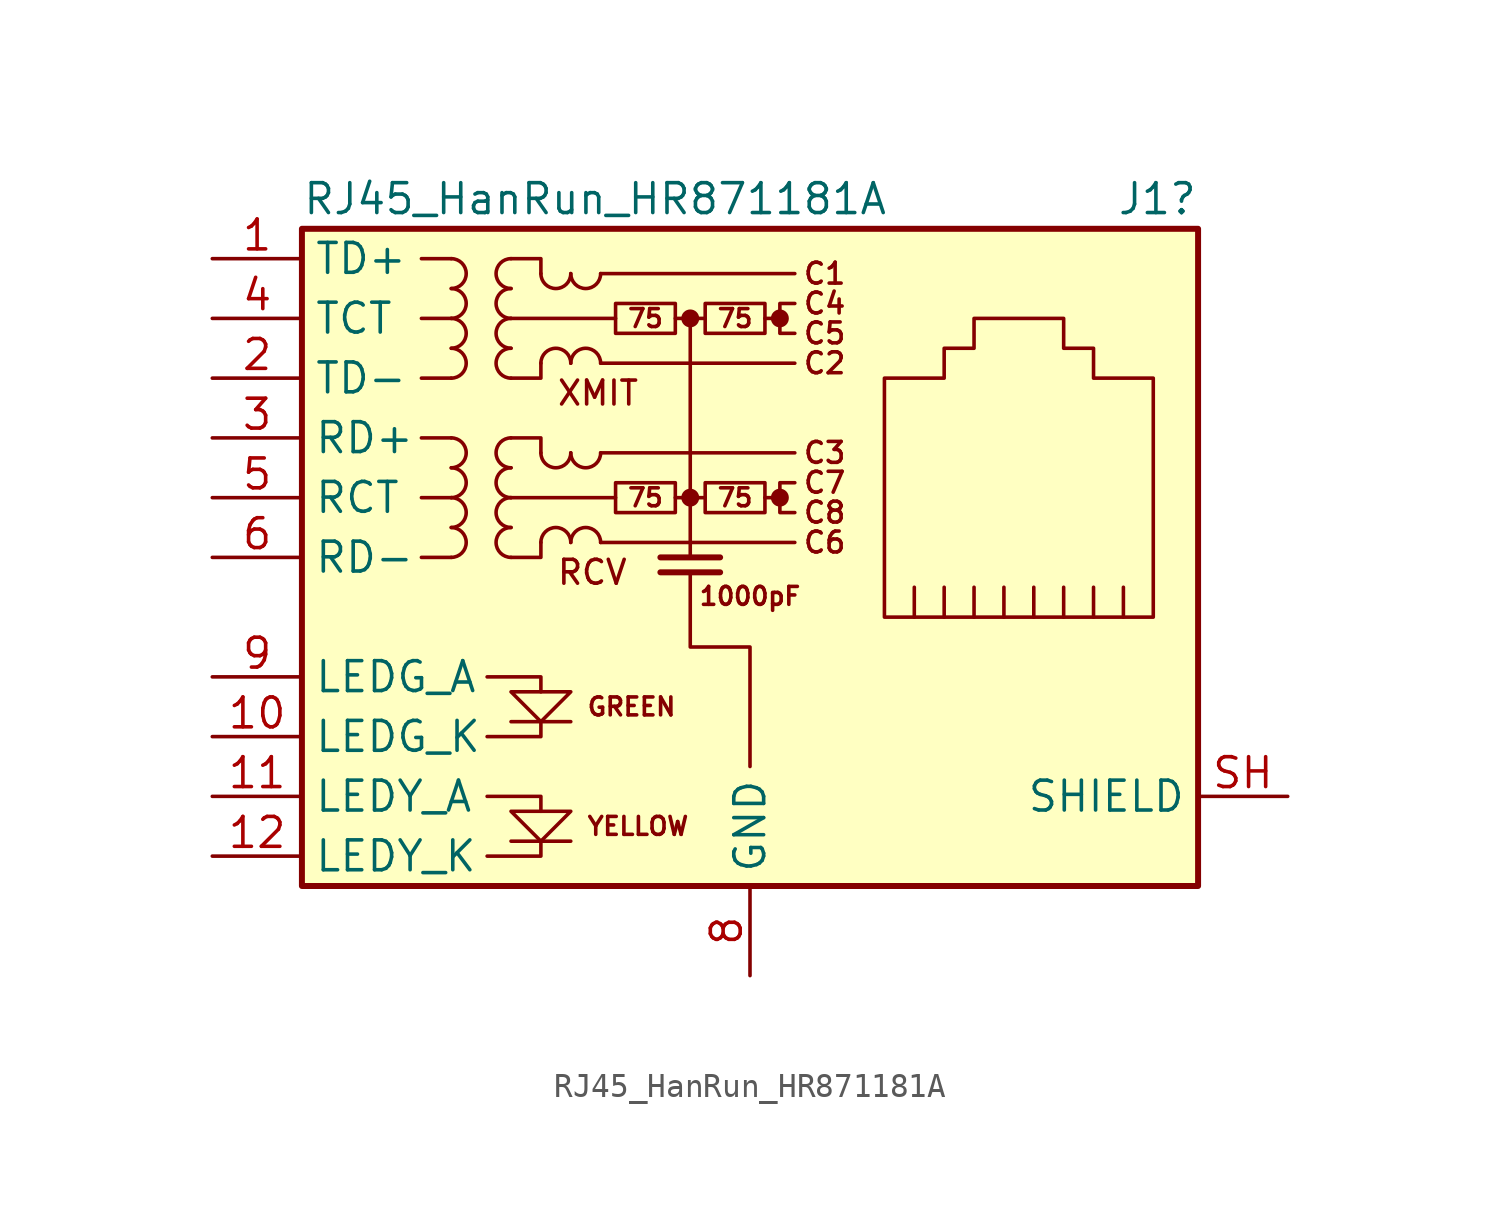
<source format=kicad_sym>
(kicad_symbol_lib
  (version 20211014)
  (generator kicad_symbol_editor)
  (symbol "RJ45_HanRun_HR871181A"
    (property "Reference" "J1"
      (at 19.05 15.24 0)
      (effects (font (size 1.27 1.27)) (justify right)))
    (property "Value" "RJ45_HanRun_HR871181A"
      (at -19.05 15.24 0)
      (effects (font (size 1.27 1.27)) (justify left)))
    (symbol "RJ45_HanRun_HR871181A_0_0"
      (circle (center -2.54 2.54) (radius 0.254) (stroke (width 0.254) (type default) (color 0 0 0 0)) (fill (type outline)))
      (circle (center -2.54 10.16) (radius 0.254) (stroke (width 0.254) (type default) (color 0 0 0 0)) (fill (type outline)))
      (polyline (pts (xy -7.62 -12.065) (xy -10.16 -12.065)) (stroke (width 0) (type default) (color 0 0 0 0)) (fill (type none)))
      (polyline (pts (xy -7.62 -6.985) (xy -10.16 -6.985)) (stroke (width 0) (type default) (color 0 0 0 0)) (fill (type none)))
      (polyline (pts (xy -2.54 10.16) (xy -2.54 0)) (stroke (width 0) (type default) (color 0 0 0 0)) (fill (type none)))
      (polyline (pts (xy -1.27 -0.635) (xy -3.81 -0.635)) (stroke (width 0.254) (type default) (color 0 0 0 0)) (fill (type none)))
      (polyline (pts (xy -1.27 0) (xy -3.81 0)) (stroke (width 0.254) (type default) (color 0 0 0 0)) (fill (type none)))
      (polyline (pts (xy 1.27 2.54) (xy 0.635 2.54)) (stroke (width 0) (type default) (color 0 0 0 0)) (fill (type none)))
      (polyline (pts (xy 1.27 10.16) (xy 0.635 10.16)) (stroke (width 0) (type default) (color 0 0 0 0)) (fill (type none)))
      (polyline (pts (xy -11.176 -12.7) (xy -8.89 -12.7) (xy -8.89 -12.065)) (stroke (width 0) (type default) (color 0 0 0 0)) (fill (type none)))
      (polyline (pts (xy -11.176 -10.16) (xy -8.89 -10.16) (xy -8.89 -10.795)) (stroke (width 0) (type default) (color 0 0 0 0)) (fill (type none)))
      (polyline (pts (xy -11.176 -5.08) (xy -8.89 -5.08) (xy -8.89 -5.715)) (stroke (width 0) (type default) (color 0 0 0 0)) (fill (type none)))
      (polyline (pts (xy -8.89 -6.985) (xy -8.89 -7.62) (xy -11.176 -7.62)) (stroke (width 0) (type default) (color 0 0 0 0)) (fill (type none)))
      (polyline (pts (xy -10.16 -5.715) (xy -7.62 -5.715) (xy -8.89 -6.985) (xy -10.16 -5.715)) (stroke (width 0) (type default) (color 0 0 0 0)) (fill (type none)))
      (polyline (pts (xy -7.62 -10.795) (xy -10.16 -10.795) (xy -8.89 -12.065) (xy -7.62 -10.795)) (stroke (width 0) (type default) (color 0 0 0 0)) (fill (type none)))
      (polyline (pts (xy -2.54 -0.635) (xy -2.54 -3.81) (xy 0 -3.81) (xy 0 -8.89)) (stroke (width 0) (type default) (color 0 0 0 0)) (fill (type none)))
      (polyline (pts (xy 1.905 3.175) (xy 1.27 3.175) (xy 1.27 1.905) (xy 1.905 1.905)) (stroke (width 0) (type default) (color 0 0 0 0)) (fill (type none)))
      (polyline (pts (xy 1.905 10.795) (xy 1.27 10.795) (xy 1.27 9.525) (xy 1.905 9.525)) (stroke (width 0) (type default) (color 0 0 0 0)) (fill (type none)))
      (circle (center 1.27 2.54) (radius 0.254) (stroke (width 0.254) (type default) (color 0 0 0 0)) (fill (type outline)))
      (circle (center 1.27 10.16) (radius 0.254) (stroke (width 0.254) (type default) (color 0 0 0 0)) (fill (type outline)))
      (text "1000pF" (at 0 -1.651 0) (effects (font (size 0.762 0.762))))
      (text "75" (at -4.445 2.54 0) (effects (font (size 0.762 0.762))))
      (text "75" (at -4.445 10.16 0) (effects (font (size 0.762 0.762))))
      (text "75" (at -0.635 2.54 0) (effects (font (size 0.762 0.762))))
      (text "75" (at -0.635 10.16 0) (effects (font (size 0.762 0.762))))
      (text "C1" (at 3.175 12.065 0) (effects (font (size 0.889 0.889))))
      (text "C2" (at 3.175 8.255 0) (effects (font (size 0.889 0.889))))
      (text "C3" (at 3.175 4.445 0) (effects (font (size 0.889 0.889))))
      (text "C4" (at 3.175 10.795 0) (effects (font (size 0.889 0.889))))
      (text "C5" (at 3.175 9.525 0) (effects (font (size 0.889 0.889))))
      (text "C6" (at 3.175 0.635 0) (effects (font (size 0.889 0.889))))
      (text "C7" (at 3.175 3.175 0) (effects (font (size 0.889 0.889))))
      (text "C8" (at 3.175 1.905 0) (effects (font (size 0.889 0.889))))
      (text "GREEN" (at -6.985 -6.35 0) (effects (font (size 0.762 0.762)) (justify left)))
      (text "RCV" (at -8.255 -0.635 0) (effects (font (size 1.016 1.016)) (justify left)))
      (text "XMIT" (at -8.255 6.985 0) (effects (font (size 1.016 1.016)) (justify left)))
      (text "YELLOW" (at -6.985 -11.43 0) (effects (font (size 0.762 0.762)) (justify left))))
    (symbol "RJ45_HanRun_HR871181A_0_1"
      (rectangle (start -19.05 -13.97) (end 19.05 13.97) (stroke (width 0.254) (type default) (color 0 0 0 0)) (fill (type background)))
      (arc (start -12.7 0) (mid -12.065 0.635) (end -12.7 1.27) (stroke (width 0) (type default) (color 0 0 0 0)) (fill (type none)))
      (arc (start -12.7 1.27) (mid -12.065 1.905) (end -12.7 2.54) (stroke (width 0) (type default) (color 0 0 0 0)) (fill (type none)))
      (arc (start -12.7 2.54) (mid -12.065 3.175) (end -12.7 3.81) (stroke (width 0) (type default) (color 0 0 0 0)) (fill (type none)))
      (arc (start -12.7 3.81) (mid -12.065 4.445) (end -12.7 5.08) (stroke (width 0) (type default) (color 0 0 0 0)) (fill (type none)))
      (arc (start -12.7 7.62) (mid -12.065 8.255) (end -12.7 8.89) (stroke (width 0) (type default) (color 0 0 0 0)) (fill (type none)))
      (arc (start -12.7 8.89) (mid -12.065 9.525) (end -12.7 10.16) (stroke (width 0) (type default) (color 0 0 0 0)) (fill (type none)))
      (arc (start -12.7 10.16) (mid -12.065 10.795) (end -12.7 11.43) (stroke (width 0) (type default) (color 0 0 0 0)) (fill (type none)))
      (arc (start -12.7 11.43) (mid -12.065 12.065) (end -12.7 12.7) (stroke (width 0) (type default) (color 0 0 0 0)) (fill (type none)))
      (arc (start -10.16 1.27) (mid -10.795 0.635) (end -10.16 0) (stroke (width 0) (type default) (color 0 0 0 0)) (fill (type none)))
      (arc (start -10.16 2.54) (mid -10.795 1.905) (end -10.16 1.27) (stroke (width 0) (type default) (color 0 0 0 0)) (fill (type none)))
      (arc (start -10.16 3.81) (mid -10.795 3.175) (end -10.16 2.54) (stroke (width 0) (type default) (color 0 0 0 0)) (fill (type none)))
      (arc (start -10.16 5.08) (mid -10.795 4.445) (end -10.16 3.81) (stroke (width 0) (type default) (color 0 0 0 0)) (fill (type none)))
      (arc (start -10.16 8.89) (mid -10.795 8.255) (end -10.16 7.62) (stroke (width 0) (type default) (color 0 0 0 0)) (fill (type none)))
      (arc (start -10.16 10.16) (mid -10.795 9.525) (end -10.16 8.89) (stroke (width 0) (type default) (color 0 0 0 0)) (fill (type none)))
      (arc (start -10.16 11.43) (mid -10.795 10.795) (end -10.16 10.16) (stroke (width 0) (type default) (color 0 0 0 0)) (fill (type none)))
      (arc (start -10.16 12.7) (mid -10.795 12.065) (end -10.16 11.43) (stroke (width 0) (type default) (color 0 0 0 0)) (fill (type none)))
      (arc (start -8.89 4.445) (mid -8.255 3.81) (end -7.62 4.445) (stroke (width 0) (type default) (color 0 0 0 0)) (fill (type none)))
      (arc (start -8.89 12.065) (mid -8.255 11.43) (end -7.62 12.065) (stroke (width 0) (type default) (color 0 0 0 0)) (fill (type none)))
      (arc (start -7.62 0.635) (mid -8.255 1.27) (end -8.89 0.635) (stroke (width 0) (type default) (color 0 0 0 0)) (fill (type none)))
      (arc (start -7.62 4.445) (mid -6.985 3.81) (end -6.35 4.445) (stroke (width 0) (type default) (color 0 0 0 0)) (fill (type none)))
      (arc (start -7.62 8.255) (mid -8.255 8.89) (end -8.89 8.255) (stroke (width 0) (type default) (color 0 0 0 0)) (fill (type none)))
      (arc (start -7.62 12.065) (mid -6.985 11.43) (end -6.35 12.065) (stroke (width 0) (type default) (color 0 0 0 0)) (fill (type none)))
      (arc (start -6.35 0.635) (mid -6.985 1.27) (end -7.62 0.635) (stroke (width 0) (type default) (color 0 0 0 0)) (fill (type none)))
      (arc (start -6.35 8.255) (mid -6.985 8.89) (end -7.62 8.255) (stroke (width 0) (type default) (color 0 0 0 0)) (fill (type none)))
      (rectangle (start -5.715 3.175) (end -3.175 1.905) (stroke (width 0) (type default) (color 0 0 0 0)) (fill (type none)))
      (rectangle (start -5.715 10.795) (end -3.175 9.525) (stroke (width 0) (type default) (color 0 0 0 0)) (fill (type none)))
      (rectangle (start -1.905 3.175) (end 0.635 1.905) (stroke (width 0) (type default) (color 0 0 0 0)) (fill (type none)))
      (rectangle (start -1.905 10.795) (end 0.635 9.525) (stroke (width 0) (type default) (color 0 0 0 0)) (fill (type none)))
      (polyline (pts (xy -12.7 0) (xy -13.97 0)) (stroke (width 0) (type default) (color 0 0 0 0)) (fill (type none)))
      (polyline (pts (xy -12.7 2.54) (xy -13.97 2.54)) (stroke (width 0) (type default) (color 0 0 0 0)) (fill (type none)))
      (polyline (pts (xy -12.7 5.08) (xy -13.97 5.08)) (stroke (width 0) (type default) (color 0 0 0 0)) (fill (type none)))
      (polyline (pts (xy -12.7 7.62) (xy -13.97 7.62)) (stroke (width 0) (type default) (color 0 0 0 0)) (fill (type none)))
      (polyline (pts (xy -12.7 10.16) (xy -13.97 10.16)) (stroke (width 0) (type default) (color 0 0 0 0)) (fill (type none)))
      (polyline (pts (xy -12.7 12.7) (xy -13.97 12.7)) (stroke (width 0) (type default) (color 0 0 0 0)) (fill (type none)))
      (polyline (pts (xy -6.35 0.635) (xy 1.905 0.635)) (stroke (width 0) (type default) (color 0 0 0 0)) (fill (type none)))
      (polyline (pts (xy -6.35 4.445) (xy 1.905 4.445)) (stroke (width 0) (type default) (color 0 0 0 0)) (fill (type none)))
      (polyline (pts (xy -6.35 8.255) (xy 1.905 8.255)) (stroke (width 0) (type default) (color 0 0 0 0)) (fill (type none)))
      (polyline (pts (xy -6.35 12.065) (xy 1.905 12.065)) (stroke (width 0) (type default) (color 0 0 0 0)) (fill (type none)))
      (polyline (pts (xy -5.715 2.54) (xy -10.16 2.54)) (stroke (width 0) (type default) (color 0 0 0 0)) (fill (type none)))
      (polyline (pts (xy -5.715 10.16) (xy -10.16 10.16)) (stroke (width 0) (type default) (color 0 0 0 0)) (fill (type none)))
      (polyline (pts (xy -3.175 2.54) (xy -1.905 2.54)) (stroke (width 0) (type default) (color 0 0 0 0)) (fill (type none)))
      (polyline (pts (xy -3.175 10.16) (xy -1.905 10.16)) (stroke (width 0) (type default) (color 0 0 0 0)) (fill (type none)))
      (polyline (pts (xy 6.985 -1.27) (xy 6.985 -2.54)) (stroke (width 0) (type default) (color 0 0 0 0)) (fill (type none)))
      (polyline (pts (xy 8.255 -1.27) (xy 8.255 -2.54)) (stroke (width 0) (type default) (color 0 0 0 0)) (fill (type none)))
      (polyline (pts (xy 9.525 -2.54) (xy 9.525 -1.27)) (stroke (width 0) (type default) (color 0 0 0 0)) (fill (type none)))
      (polyline (pts (xy 10.795 -2.54) (xy 10.795 -1.27)) (stroke (width 0) (type default) (color 0 0 0 0)) (fill (type none)))
      (polyline (pts (xy 12.065 -2.54) (xy 12.065 -1.27)) (stroke (width 0) (type default) (color 0 0 0 0)) (fill (type none)))
      (polyline (pts (xy 13.335 -2.54) (xy 13.335 -1.27)) (stroke (width 0) (type default) (color 0 0 0 0)) (fill (type none)))
      (polyline (pts (xy 14.605 -2.54) (xy 14.605 -1.27)) (stroke (width 0) (type default) (color 0 0 0 0)) (fill (type none)))
      (polyline (pts (xy 15.875 -1.27) (xy 15.875 -2.54)) (stroke (width 0) (type default) (color 0 0 0 0)) (fill (type none)))
      (polyline (pts (xy -10.16 5.08) (xy -8.89 5.08) (xy -8.89 4.445)) (stroke (width 0) (type default) (color 0 0 0 0)) (fill (type none)))
      (polyline (pts (xy -10.16 12.7) (xy -8.89 12.7) (xy -8.89 12.065)) (stroke (width 0) (type default) (color 0 0 0 0)) (fill (type none)))
      (polyline (pts (xy -8.89 0.635) (xy -8.89 0) (xy -10.16 0)) (stroke (width 0) (type default) (color 0 0 0 0)) (fill (type none)))
      (polyline (pts (xy -8.89 8.255) (xy -8.89 7.62) (xy -10.16 7.62)) (stroke (width 0) (type default) (color 0 0 0 0)) (fill (type none)))
      (polyline (pts (xy 17.145 -2.54) (xy 5.715 -2.54) (xy 5.715 7.62) (xy 8.255 7.62) (xy 8.255 8.89) (xy 9.525 8.89) (xy 9.525 10.16) (xy 13.335 10.16) (xy 13.335 8.89) (xy 14.605 8.89) (xy 14.605 7.62) (xy 17.145 7.62) (xy 17.145 -2.54)) (stroke (width 0) (type default) (color 0 0 0 0)) (fill (type none))))
    (symbol "RJ45_HanRun_HR871181A_1_1"
      (pin passive line (at -22.86 12.7 0) (length 3.81) (name "TD+" (effects (font (size 1.27 1.27)))) (number "1" (effects (font (size 1.27 1.27)))))
      (pin passive line (at -22.86 -7.62 0) (length 3.81) (name "LEDG_K" (effects (font (size 1.27 1.27)))) (number "10" (effects (font (size 1.27 1.27)))))
      (pin passive line (at -22.86 -10.16 0) (length 3.81) (name "LEDY_A" (effects (font (size 1.27 1.27)))) (number "11" (effects (font (size 1.27 1.27)))))
      (pin passive line (at -22.86 -12.7 0) (length 3.81) (name "LEDY_K" (effects (font (size 1.27 1.27)))) (number "12" (effects (font (size 1.27 1.27)))))
      (pin passive line (at -22.86 7.62 0) (length 3.81) (name "TD-" (effects (font (size 1.27 1.27)))) (number "2" (effects (font (size 1.27 1.27)))))
      (pin passive line (at -22.86 5.08 0) (length 3.81) (name "RD+" (effects (font (size 1.27 1.27)))) (number "3" (effects (font (size 1.27 1.27)))))
      (pin passive line (at -22.86 10.16 0) (length 3.81) (name "TCT" (effects (font (size 1.27 1.27)))) (number "4" (effects (font (size 1.27 1.27)))))
      (pin passive line (at -22.86 2.54 0) (length 3.81) (name "RCT" (effects (font (size 1.27 1.27)))) (number "5" (effects (font (size 1.27 1.27)))))
      (pin passive line (at -22.86 0 0) (length 3.81) (name "RD-" (effects (font (size 1.27 1.27)))) (number "6" (effects (font (size 1.27 1.27)))))
      (pin no_connect line (at 5.08 -5.08 0) (length 0) hide (name "NC" (effects (font (size 1.27 1.27)))) (number "7" (effects (font (size 1.27 1.27)))))
      (pin power_in line (at 0 -17.78 90) (length 3.81) (name "GND" (effects (font (size 1.27 1.27)))) (number "8" (effects (font (size 1.27 1.27)))))
      (pin passive line (at -22.86 -5.08 0) (length 3.81) (name "LEDG_A" (effects (font (size 1.27 1.27)))) (number "9" (effects (font (size 1.27 1.27)))))
      (pin passive line (at 22.86 -10.16 180) (length 3.81) (name "SHIELD" (effects (font (size 1.27 1.27)))) (number "SH" (effects (font (size 1.27 1.27))))))))
</source>
